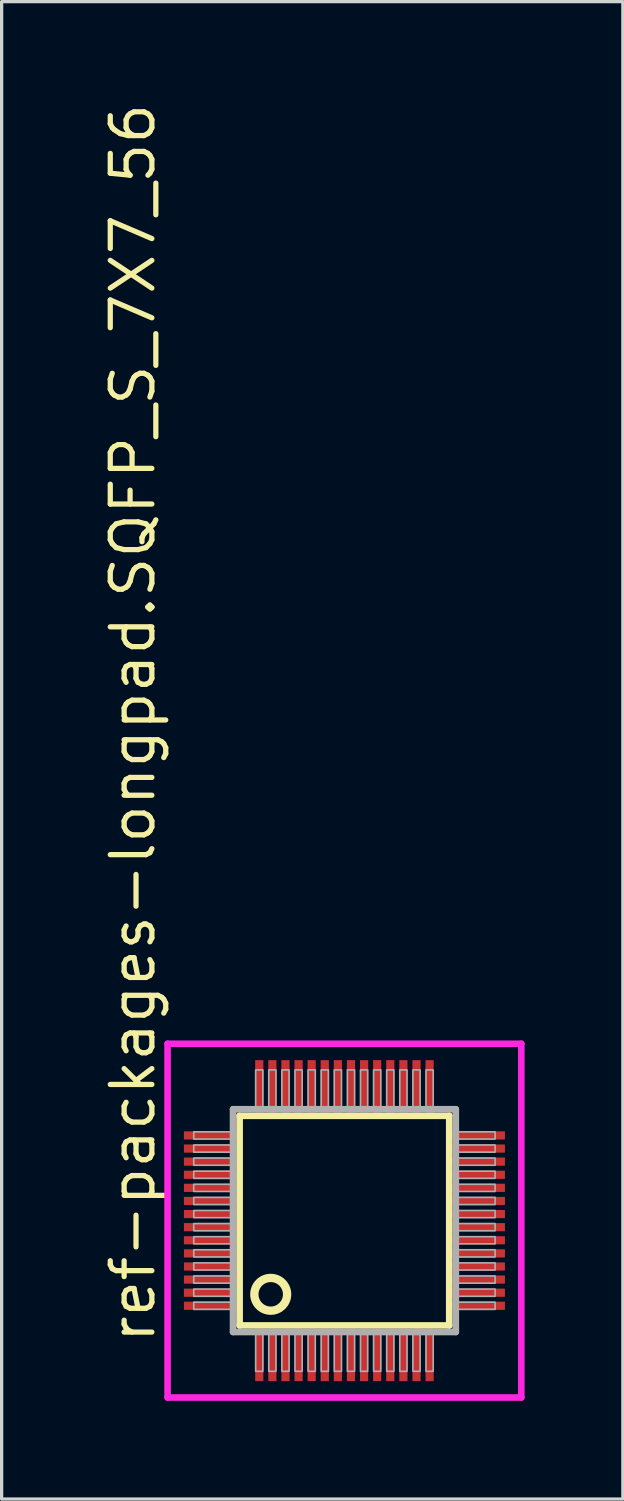
<source format=kicad_pcb>
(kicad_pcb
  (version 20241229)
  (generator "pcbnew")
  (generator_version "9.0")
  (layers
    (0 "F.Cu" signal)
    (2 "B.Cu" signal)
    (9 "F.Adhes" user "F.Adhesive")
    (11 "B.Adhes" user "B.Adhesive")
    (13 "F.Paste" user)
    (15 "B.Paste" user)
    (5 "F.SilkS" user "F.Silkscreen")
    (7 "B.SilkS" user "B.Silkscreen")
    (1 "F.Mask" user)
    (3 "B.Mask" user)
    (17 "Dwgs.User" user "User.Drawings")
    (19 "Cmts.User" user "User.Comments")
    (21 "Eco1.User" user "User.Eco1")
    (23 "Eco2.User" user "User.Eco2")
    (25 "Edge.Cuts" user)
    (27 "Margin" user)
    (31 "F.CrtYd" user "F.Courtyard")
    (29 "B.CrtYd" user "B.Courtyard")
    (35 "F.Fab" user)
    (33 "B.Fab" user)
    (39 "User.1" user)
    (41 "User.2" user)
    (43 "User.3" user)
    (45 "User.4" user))
  (footprint "ref-packages-longpad.SQFP_S_7X7_56"
    (layer "F.Cu")
    (at 7.465 34.214)
    (property "Reference" "ref-packages-longpad.SQFP_S_7X7_56" (at -5.715 3.81 90) (layer "F.SilkS") (effects (font (size 1.27 1.27) (thickness 0.16)) (justify left bottom)))
    (attr smd)
    (fp_line (start -3.2 -3.2) (end 3.2 -3.2) (stroke (width 0.203) (type default)) (layer "F.SilkS"))
    (fp_line (start -3.2 3.2) (end -3.2 -3.2) (stroke (width 0.203) (type default)) (layer "F.SilkS"))
    (fp_line (start 3.2 -3.2) (end 3.2 3.2) (stroke (width 0.203) (type default)) (layer "F.SilkS"))
    (fp_line (start 3.2 3.2) (end -3.2 3.2) (stroke (width 0.203) (type default)) (layer "F.SilkS"))
    (fp_circle (center -2.25 2.25) (end -1.75 2.25) (stroke (width 0.254) (type default)) (fill no) (layer "F.SilkS"))
    (fp_line (start -5.4 -5.4) (end 5.4 -5.4) (stroke (width 0.2) (type default)) (layer "F.CrtYd"))
    (fp_line (start -5.4 5.4) (end -5.4 -5.4) (stroke (width 0.2) (type default)) (layer "F.CrtYd"))
    (fp_line (start 5.4 -5.4) (end 5.4 5.4) (stroke (width 0.2) (type default)) (layer "F.CrtYd"))
    (fp_line (start 5.4 5.4) (end -5.4 5.4) (stroke (width 0.2) (type default)) (layer "F.CrtYd"))
    (fp_line (start -3.4 -3.4) (end -3.4 3.4) (stroke (width 0.203) (type default)) (layer "F.Fab"))
    (fp_line (start -3.4 3.4) (end 3.4 3.4) (stroke (width 0.203) (type default)) (layer "F.Fab"))
    (fp_line (start 3.4 -3.4) (end -3.4 -3.4) (stroke (width 0.203) (type default)) (layer "F.Fab"))
    (fp_line (start 3.4 3.4) (end 3.4 -3.4) (stroke (width 0.203) (type default)) (layer "F.Fab"))
    (fp_rect (start -4.6 -2.49) (end -3.45 -2.71) (stroke (width 0.05) (type default)) (fill no) (layer "F.Fab"))
    (fp_rect (start -4.6 -2.09) (end -3.45 -2.31) (stroke (width 0.05) (type default)) (fill no) (layer "F.Fab"))
    (fp_rect (start -4.6 -1.69) (end -3.45 -1.91) (stroke (width 0.05) (type default)) (fill no) (layer "F.Fab"))
    (fp_rect (start -4.6 -1.29) (end -3.45 -1.51) (stroke (width 0.05) (type default)) (fill no) (layer "F.Fab"))
    (fp_rect (start -4.6 -0.89) (end -3.45 -1.11) (stroke (width 0.05) (type default)) (fill no) (layer "F.Fab"))
    (fp_rect (start -4.6 -0.49) (end -3.45 -0.71) (stroke (width 0.05) (type default)) (fill no) (layer "F.Fab"))
    (fp_rect (start -4.6 -0.09) (end -3.45 -0.31) (stroke (width 0.05) (type default)) (fill no) (layer "F.Fab"))
    (fp_rect (start -4.6 0.31) (end -3.45 0.09) (stroke (width 0.05) (type default)) (fill no) (layer "F.Fab"))
    (fp_rect (start -4.6 0.71) (end -3.45 0.49) (stroke (width 0.05) (type default)) (fill no) (layer "F.Fab"))
    (fp_rect (start -4.6 1.11) (end -3.45 0.89) (stroke (width 0.05) (type default)) (fill no) (layer "F.Fab"))
    (fp_rect (start -4.6 1.51) (end -3.45 1.29) (stroke (width 0.05) (type default)) (fill no) (layer "F.Fab"))
    (fp_rect (start -4.6 1.91) (end -3.45 1.69) (stroke (width 0.05) (type default)) (fill no) (layer "F.Fab"))
    (fp_rect (start -4.6 2.31) (end -3.45 2.09) (stroke (width 0.05) (type default)) (fill no) (layer "F.Fab"))
    (fp_rect (start -4.6 2.71) (end -3.45 2.49) (stroke (width 0.05) (type default)) (fill no) (layer "F.Fab"))
    (fp_rect (start -2.71 -3.45) (end -2.49 -4.6) (stroke (width 0.05) (type default)) (fill no) (layer "F.Fab"))
    (fp_rect (start -2.71 4.6) (end -2.49 3.45) (stroke (width 0.05) (type default)) (fill no) (layer "F.Fab"))
    (fp_rect (start -2.31 -3.45) (end -2.09 -4.6) (stroke (width 0.05) (type default)) (fill no) (layer "F.Fab"))
    (fp_rect (start -2.31 4.6) (end -2.09 3.45) (stroke (width 0.05) (type default)) (fill no) (layer "F.Fab"))
    (fp_rect (start -1.91 -3.45) (end -1.69 -4.6) (stroke (width 0.05) (type default)) (fill no) (layer "F.Fab"))
    (fp_rect (start -1.91 4.6) (end -1.69 3.45) (stroke (width 0.05) (type default)) (fill no) (layer "F.Fab"))
    (fp_rect (start -1.51 -3.45) (end -1.29 -4.6) (stroke (width 0.05) (type default)) (fill no) (layer "F.Fab"))
    (fp_rect (start -1.51 4.6) (end -1.29 3.45) (stroke (width 0.05) (type default)) (fill no) (layer "F.Fab"))
    (fp_rect (start -1.11 -3.45) (end -0.89 -4.6) (stroke (width 0.05) (type default)) (fill no) (layer "F.Fab"))
    (fp_rect (start -1.11 4.6) (end -0.89 3.45) (stroke (width 0.05) (type default)) (fill no) (layer "F.Fab"))
    (fp_rect (start -0.71 -3.45) (end -0.49 -4.6) (stroke (width 0.05) (type default)) (fill no) (layer "F.Fab"))
    (fp_rect (start -0.71 4.6) (end -0.49 3.45) (stroke (width 0.05) (type default)) (fill no) (layer "F.Fab"))
    (fp_rect (start -0.31 -3.45) (end -0.09 -4.6) (stroke (width 0.05) (type default)) (fill no) (layer "F.Fab"))
    (fp_rect (start -0.31 4.6) (end -0.09 3.45) (stroke (width 0.05) (type default)) (fill no) (layer "F.Fab"))
    (fp_rect (start 0.09 -3.45) (end 0.31 -4.6) (stroke (width 0.05) (type default)) (fill no) (layer "F.Fab"))
    (fp_rect (start 0.09 4.6) (end 0.31 3.45) (stroke (width 0.05) (type default)) (fill no) (layer "F.Fab"))
    (fp_rect (start 0.49 -3.45) (end 0.71 -4.6) (stroke (width 0.05) (type default)) (fill no) (layer "F.Fab"))
    (fp_rect (start 0.49 4.6) (end 0.71 3.45) (stroke (width 0.05) (type default)) (fill no) (layer "F.Fab"))
    (fp_rect (start 0.89 -3.45) (end 1.11 -4.6) (stroke (width 0.05) (type default)) (fill no) (layer "F.Fab"))
    (fp_rect (start 0.89 4.6) (end 1.11 3.45) (stroke (width 0.05) (type default)) (fill no) (layer "F.Fab"))
    (fp_rect (start 1.29 -3.45) (end 1.51 -4.6) (stroke (width 0.05) (type default)) (fill no) (layer "F.Fab"))
    (fp_rect (start 1.29 4.6) (end 1.51 3.45) (stroke (width 0.05) (type default)) (fill no) (layer "F.Fab"))
    (fp_rect (start 1.69 -3.45) (end 1.91 -4.6) (stroke (width 0.05) (type default)) (fill no) (layer "F.Fab"))
    (fp_rect (start 1.69 4.6) (end 1.91 3.45) (stroke (width 0.05) (type default)) (fill no) (layer "F.Fab"))
    (fp_rect (start 2.09 -3.45) (end 2.31 -4.6) (stroke (width 0.05) (type default)) (fill no) (layer "F.Fab"))
    (fp_rect (start 2.09 4.6) (end 2.31 3.45) (stroke (width 0.05) (type default)) (fill no) (layer "F.Fab"))
    (fp_rect (start 2.49 -3.45) (end 2.71 -4.6) (stroke (width 0.05) (type default)) (fill no) (layer "F.Fab"))
    (fp_rect (start 2.49 4.6) (end 2.71 3.45) (stroke (width 0.05) (type default)) (fill no) (layer "F.Fab"))
    (fp_rect (start 3.45 -2.49) (end 4.6 -2.71) (stroke (width 0.05) (type default)) (fill no) (layer "F.Fab"))
    (fp_rect (start 3.45 -2.09) (end 4.6 -2.31) (stroke (width 0.05) (type default)) (fill no) (layer "F.Fab"))
    (fp_rect (start 3.45 -1.69) (end 4.6 -1.91) (stroke (width 0.05) (type default)) (fill no) (layer "F.Fab"))
    (fp_rect (start 3.45 -1.29) (end 4.6 -1.51) (stroke (width 0.05) (type default)) (fill no) (layer "F.Fab"))
    (fp_rect (start 3.45 -0.89) (end 4.6 -1.11) (stroke (width 0.05) (type default)) (fill no) (layer "F.Fab"))
    (fp_rect (start 3.45 -0.49) (end 4.6 -0.71) (stroke (width 0.05) (type default)) (fill no) (layer "F.Fab"))
    (fp_rect (start 3.45 -0.09) (end 4.6 -0.31) (stroke (width 0.05) (type default)) (fill no) (layer "F.Fab"))
    (fp_rect (start 3.45 0.31) (end 4.6 0.09) (stroke (width 0.05) (type default)) (fill no) (layer "F.Fab"))
    (fp_rect (start 3.45 0.71) (end 4.6 0.49) (stroke (width 0.05) (type default)) (fill no) (layer "F.Fab"))
    (fp_rect (start 3.45 1.11) (end 4.6 0.89) (stroke (width 0.05) (type default)) (fill no) (layer "F.Fab"))
    (fp_rect (start 3.45 1.51) (end 4.6 1.29) (stroke (width 0.05) (type default)) (fill no) (layer "F.Fab"))
    (fp_rect (start 3.45 1.91) (end 4.6 1.69) (stroke (width 0.05) (type default)) (fill no) (layer "F.Fab"))
    (fp_rect (start 3.45 2.31) (end 4.6 2.09) (stroke (width 0.05) (type default)) (fill no) (layer "F.Fab"))
    (fp_rect (start 3.45 2.71) (end 4.6 2.49) (stroke (width 0.05) (type default)) (fill no) (layer "F.Fab"))
    (pad "1" smd roundrect (at -2.6 4.1) (size 0.25 1.6) (layers "F.Cu" "F.Mask" "F.Paste") (roundrect_rratio 0.01))
    (pad "2" smd roundrect (at -2.2 4.1) (size 0.25 1.6) (layers "F.Cu" "F.Mask" "F.Paste") (roundrect_rratio 0.01))
    (pad "3" smd roundrect (at -1.8 4.1) (size 0.25 1.6) (layers "F.Cu" "F.Mask" "F.Paste") (roundrect_rratio 0.01))
    (pad "4" smd roundrect (at -1.4 4.1) (size 0.25 1.6) (layers "F.Cu" "F.Mask" "F.Paste") (roundrect_rratio 0.01))
    (pad "5" smd roundrect (at -1 4.1) (size 0.25 1.6) (layers "F.Cu" "F.Mask" "F.Paste") (roundrect_rratio 0.01))
    (pad "6" smd roundrect (at -0.6 4.1) (size 0.25 1.6) (layers "F.Cu" "F.Mask" "F.Paste") (roundrect_rratio 0.01))
    (pad "7" smd roundrect (at -0.2 4.1) (size 0.25 1.6) (layers "F.Cu" "F.Mask" "F.Paste") (roundrect_rratio 0.01))
    (pad "8" smd roundrect (at 0.2 4.1) (size 0.25 1.6) (layers "F.Cu" "F.Mask" "F.Paste") (roundrect_rratio 0.01))
    (pad "9" smd roundrect (at 0.6 4.1) (size 0.25 1.6) (layers "F.Cu" "F.Mask" "F.Paste") (roundrect_rratio 0.01))
    (pad "10" smd roundrect (at 1 4.1) (size 0.25 1.6) (layers "F.Cu" "F.Mask" "F.Paste") (roundrect_rratio 0.01))
    (pad "11" smd roundrect (at 1.4 4.1) (size 0.25 1.6) (layers "F.Cu" "F.Mask" "F.Paste") (roundrect_rratio 0.01))
    (pad "12" smd roundrect (at 1.8 4.1) (size 0.25 1.6) (layers "F.Cu" "F.Mask" "F.Paste") (roundrect_rratio 0.01))
    (pad "13" smd roundrect (at 2.2 4.1) (size 0.25 1.6) (layers "F.Cu" "F.Mask" "F.Paste") (roundrect_rratio 0.01))
    (pad "14" smd roundrect (at 2.6 4.1) (size 0.25 1.6) (layers "F.Cu" "F.Mask" "F.Paste") (roundrect_rratio 0.01))
    (pad "15" smd roundrect (at 4.1 2.6) (size 1.6 0.25) (layers "F.Cu" "F.Mask" "F.Paste") (roundrect_rratio 0.01))
    (pad "16" smd roundrect (at 4.1 2.2) (size 1.6 0.25) (layers "F.Cu" "F.Mask" "F.Paste") (roundrect_rratio 0.01))
    (pad "17" smd roundrect (at 4.1 1.8) (size 1.6 0.25) (layers "F.Cu" "F.Mask" "F.Paste") (roundrect_rratio 0.01))
    (pad "18" smd roundrect (at 4.1 1.4) (size 1.6 0.25) (layers "F.Cu" "F.Mask" "F.Paste") (roundrect_rratio 0.01))
    (pad "19" smd roundrect (at 4.1 1) (size 1.6 0.25) (layers "F.Cu" "F.Mask" "F.Paste") (roundrect_rratio 0.01))
    (pad "20" smd roundrect (at 4.1 0.6) (size 1.6 0.25) (layers "F.Cu" "F.Mask" "F.Paste") (roundrect_rratio 0.01))
    (pad "21" smd roundrect (at 4.1 0.2) (size 1.6 0.25) (layers "F.Cu" "F.Mask" "F.Paste") (roundrect_rratio 0.01))
    (pad "22" smd roundrect (at 4.1 -0.2) (size 1.6 0.25) (layers "F.Cu" "F.Mask" "F.Paste") (roundrect_rratio 0.01))
    (pad "23" smd roundrect (at 4.1 -0.6) (size 1.6 0.25) (layers "F.Cu" "F.Mask" "F.Paste") (roundrect_rratio 0.01))
    (pad "24" smd roundrect (at 4.1 -1) (size 1.6 0.25) (layers "F.Cu" "F.Mask" "F.Paste") (roundrect_rratio 0.01))
    (pad "25" smd roundrect (at 4.1 -1.4) (size 1.6 0.25) (layers "F.Cu" "F.Mask" "F.Paste") (roundrect_rratio 0.01))
    (pad "26" smd roundrect (at 4.1 -1.8) (size 1.6 0.25) (layers "F.Cu" "F.Mask" "F.Paste") (roundrect_rratio 0.01))
    (pad "27" smd roundrect (at 4.1 -2.2) (size 1.6 0.25) (layers "F.Cu" "F.Mask" "F.Paste") (roundrect_rratio 0.01))
    (pad "28" smd roundrect (at 4.1 -2.6) (size 1.6 0.25) (layers "F.Cu" "F.Mask" "F.Paste") (roundrect_rratio 0.01))
    (pad "29" smd roundrect (at 2.6 -4.1) (size 0.25 1.6) (layers "F.Cu" "F.Mask" "F.Paste") (roundrect_rratio 0.01))
    (pad "30" smd roundrect (at 2.2 -4.1) (size 0.25 1.6) (layers "F.Cu" "F.Mask" "F.Paste") (roundrect_rratio 0.01))
    (pad "31" smd roundrect (at 1.8 -4.1) (size 0.25 1.6) (layers "F.Cu" "F.Mask" "F.Paste") (roundrect_rratio 0.01))
    (pad "32" smd roundrect (at 1.4 -4.1) (size 0.25 1.6) (layers "F.Cu" "F.Mask" "F.Paste") (roundrect_rratio 0.01))
    (pad "33" smd roundrect (at 1 -4.1) (size 0.25 1.6) (layers "F.Cu" "F.Mask" "F.Paste") (roundrect_rratio 0.01))
    (pad "34" smd roundrect (at 0.6 -4.1) (size 0.25 1.6) (layers "F.Cu" "F.Mask" "F.Paste") (roundrect_rratio 0.01))
    (pad "35" smd roundrect (at 0.2 -4.1) (size 0.25 1.6) (layers "F.Cu" "F.Mask" "F.Paste") (roundrect_rratio 0.01))
    (pad "36" smd roundrect (at -0.2 -4.1) (size 0.25 1.6) (layers "F.Cu" "F.Mask" "F.Paste") (roundrect_rratio 0.01))
    (pad "37" smd roundrect (at -0.6 -4.1) (size 0.25 1.6) (layers "F.Cu" "F.Mask" "F.Paste") (roundrect_rratio 0.01))
    (pad "38" smd roundrect (at -1 -4.1) (size 0.25 1.6) (layers "F.Cu" "F.Mask" "F.Paste") (roundrect_rratio 0.01))
    (pad "39" smd roundrect (at -1.4 -4.1) (size 0.25 1.6) (layers "F.Cu" "F.Mask" "F.Paste") (roundrect_rratio 0.01))
    (pad "40" smd roundrect (at -1.8 -4.1) (size 0.25 1.6) (layers "F.Cu" "F.Mask" "F.Paste") (roundrect_rratio 0.01))
    (pad "41" smd roundrect (at -2.2 -4.1) (size 0.25 1.6) (layers "F.Cu" "F.Mask" "F.Paste") (roundrect_rratio 0.01))
    (pad "42" smd roundrect (at -2.6 -4.1) (size 0.25 1.6) (layers "F.Cu" "F.Mask" "F.Paste") (roundrect_rratio 0.01))
    (pad "43" smd roundrect (at -4.1 -2.6) (size 1.6 0.25) (layers "F.Cu" "F.Mask" "F.Paste") (roundrect_rratio 0.01))
    (pad "44" smd roundrect (at -4.1 -2.2) (size 1.6 0.25) (layers "F.Cu" "F.Mask" "F.Paste") (roundrect_rratio 0.01))
    (pad "45" smd roundrect (at -4.1 -1.8) (size 1.6 0.25) (layers "F.Cu" "F.Mask" "F.Paste") (roundrect_rratio 0.01))
    (pad "46" smd roundrect (at -4.1 -1.4) (size 1.6 0.25) (layers "F.Cu" "F.Mask" "F.Paste") (roundrect_rratio 0.01))
    (pad "47" smd roundrect (at -4.1 -1) (size 1.6 0.25) (layers "F.Cu" "F.Mask" "F.Paste") (roundrect_rratio 0.01))
    (pad "48" smd roundrect (at -4.1 -0.6) (size 1.6 0.25) (layers "F.Cu" "F.Mask" "F.Paste") (roundrect_rratio 0.01))
    (pad "49" smd roundrect (at -4.1 -0.2) (size 1.6 0.25) (layers "F.Cu" "F.Mask" "F.Paste") (roundrect_rratio 0.01))
    (pad "50" smd roundrect (at -4.1 0.2) (size 1.6 0.25) (layers "F.Cu" "F.Mask" "F.Paste") (roundrect_rratio 0.01))
    (pad "51" smd roundrect (at -4.1 0.6) (size 1.6 0.25) (layers "F.Cu" "F.Mask" "F.Paste") (roundrect_rratio 0.01))
    (pad "52" smd roundrect (at -4.1 1) (size 1.6 0.25) (layers "F.Cu" "F.Mask" "F.Paste") (roundrect_rratio 0.01))
    (pad "53" smd roundrect (at -4.1 1.4) (size 1.6 0.25) (layers "F.Cu" "F.Mask" "F.Paste") (roundrect_rratio 0.01))
    (pad "54" smd roundrect (at -4.1 1.8) (size 1.6 0.25) (layers "F.Cu" "F.Mask" "F.Paste") (roundrect_rratio 0.01))
    (pad "55" smd roundrect (at -4.1 2.2) (size 1.6 0.25) (layers "F.Cu" "F.Mask" "F.Paste") (roundrect_rratio 0.01))
    (pad "56" smd roundrect (at -4.1 2.6) (size 1.6 0.25) (layers "F.Cu" "F.Mask" "F.Paste") (roundrect_rratio 0.01)))
  (gr_rect
    (start -3 -3)
    (end 15.965 42.714)
    (stroke (width 0.1) (type default))
    (fill no)
    (layer "Edge.Cuts")))
</source>
